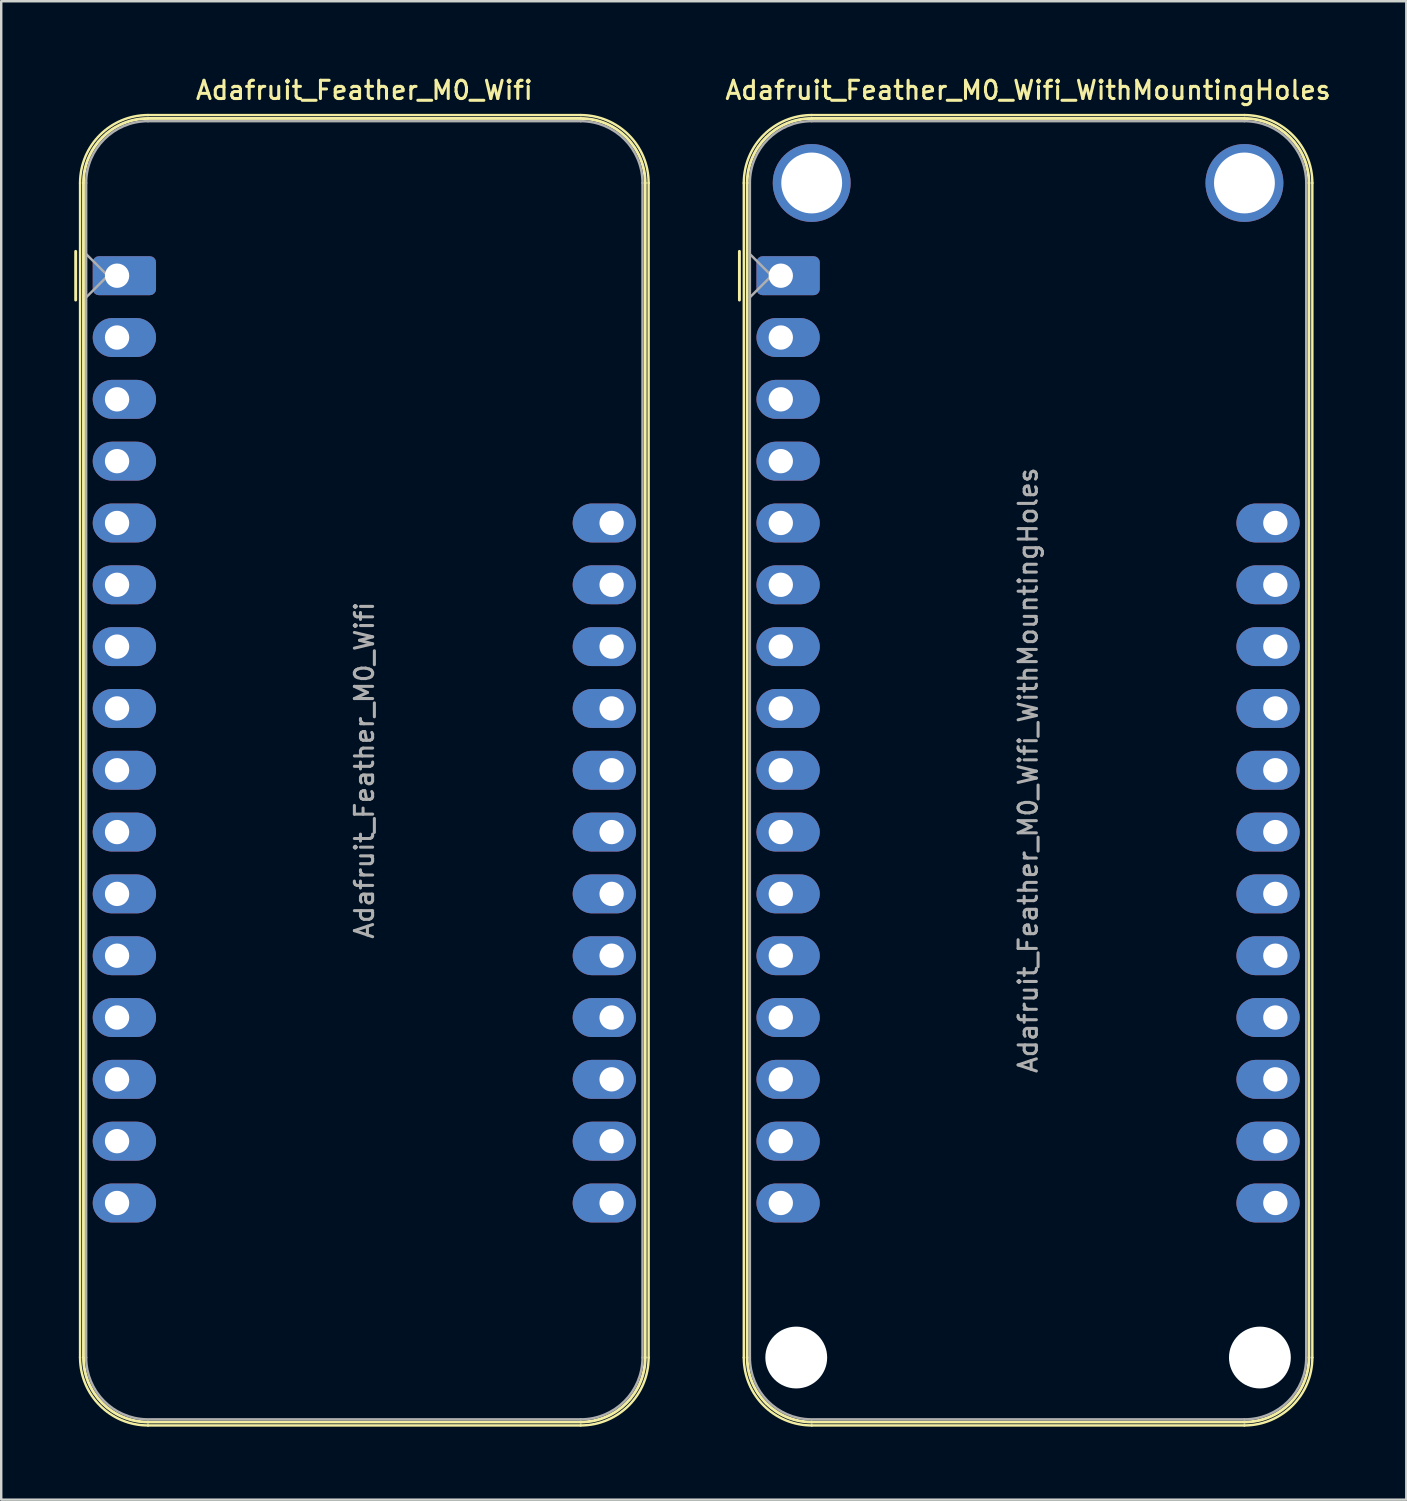
<source format=kicad_pcb>
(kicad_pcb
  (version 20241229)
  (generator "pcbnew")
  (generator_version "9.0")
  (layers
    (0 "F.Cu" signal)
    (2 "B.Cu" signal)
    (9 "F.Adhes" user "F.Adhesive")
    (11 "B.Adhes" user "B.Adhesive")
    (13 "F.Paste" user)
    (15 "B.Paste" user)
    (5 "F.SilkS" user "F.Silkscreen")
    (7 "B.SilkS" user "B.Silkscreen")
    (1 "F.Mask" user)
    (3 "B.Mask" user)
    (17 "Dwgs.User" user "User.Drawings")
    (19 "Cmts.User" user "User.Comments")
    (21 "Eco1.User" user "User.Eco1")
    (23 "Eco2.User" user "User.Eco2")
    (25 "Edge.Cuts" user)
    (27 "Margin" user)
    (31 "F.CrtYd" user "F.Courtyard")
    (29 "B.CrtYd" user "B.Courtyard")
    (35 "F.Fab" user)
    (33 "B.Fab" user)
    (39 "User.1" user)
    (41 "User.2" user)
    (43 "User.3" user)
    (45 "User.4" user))
  (footprint "Adafruit_Feather_M0_Wifi"
    (layer "F.Cu")
    (at 1.76 8.278)
    (property "Reference" "Adafruit_Feather_M0_Wifi" (at 10.16 -7.62 0) (layer "F.SilkS") (effects (font (size 0.75 0.75) (thickness 0.125))))
    (attr through_hole)
    (fp_line (start -1.7 1) (end -1.7 -1) (stroke (width 0.12) (type solid)) (layer "F.SilkS"))
    (fp_line (start -1.52 44.45) (end -1.52 -3.81) (stroke (width 0.1) (type solid)) (layer "F.SilkS"))
    (fp_line (start -1.38 -3.81) (end -1.38 44.45) (stroke (width 0.12) (type solid)) (layer "F.SilkS"))
    (fp_line (start 19.05 -6.6) (end 1.27 -6.6) (stroke (width 0.1) (type solid)) (layer "F.SilkS"))
    (fp_line (start 19.05 -6.46) (end 1.27 -6.46) (stroke (width 0.12) (type solid)) (layer "F.SilkS"))
    (fp_line (start 19.05 47.1) (end 1.27 47.1) (stroke (width 0.12) (type solid)) (layer "F.SilkS"))
    (fp_line (start 19.05 47.24) (end 1.27 47.24) (stroke (width 0.1) (type solid)) (layer "F.SilkS"))
    (fp_line (start 21.7 -3.81) (end 21.7 44.45) (stroke (width 0.12) (type solid)) (layer "F.SilkS"))
    (fp_line (start 21.84 44.45) (end 21.84 -3.81) (stroke (width 0.1) (type solid)) (layer "F.SilkS"))
    (fp_arc (start -1.52 -3.81) (mid -0.702828 -5.782828) (end 1.27 -6.6) (stroke (width 0.1) (type solid)) (layer "F.SilkS"))
    (fp_arc (start -1.38 -3.81) (mid -0.603833 -5.683833) (end 1.27 -6.46) (stroke (width 0.12) (type solid)) (layer "F.SilkS"))
    (fp_arc (start 1.27 47.1) (mid -0.603833 46.323833) (end -1.38 44.45) (stroke (width 0.12) (type solid)) (layer "F.SilkS"))
    (fp_arc (start 1.27 47.24) (mid -0.702828 46.422828) (end -1.52 44.45) (stroke (width 0.1) (type solid)) (layer "F.SilkS"))
    (fp_arc (start 19.05 -6.6) (mid 21.022828 -5.782828) (end 21.84 -3.81) (stroke (width 0.1) (type solid)) (layer "F.SilkS"))
    (fp_arc (start 19.05 -6.46) (mid 20.923833 -5.683833) (end 21.7 -3.81) (stroke (width 0.12) (type solid)) (layer "F.SilkS"))
    (fp_arc (start 21.7 44.45) (mid 20.923833 46.323833) (end 19.05 47.1) (stroke (width 0.12) (type solid)) (layer "F.SilkS"))
    (fp_arc (start 21.84 44.45) (mid 21.022828 46.422828) (end 19.05 47.24) (stroke (width 0.1) (type solid)) (layer "F.SilkS"))
    (fp_line (start -1.27 -3.81) (end -1.27 44.45) (stroke (width 0.1) (type solid)) (layer "F.Fab"))
    (fp_line (start -1.27 -0.889) (end -0.381 0) (stroke (width 0.1) (type solid)) (layer "F.Fab"))
    (fp_line (start -0.381 0) (end -1.27 0.889) (stroke (width 0.1) (type solid)) (layer "F.Fab"))
    (fp_line (start 1.27 46.99) (end 19.05 46.99) (stroke (width 0.1) (type solid)) (layer "F.Fab"))
    (fp_line (start 19.05 -6.35) (end 1.27 -6.35) (stroke (width 0.1) (type solid)) (layer "F.Fab"))
    (fp_line (start 21.59 44.45) (end 21.59 -3.81) (stroke (width 0.1) (type solid)) (layer "F.Fab"))
    (fp_arc (start -1.27 -3.81) (mid -0.526051 -5.606051) (end 1.27 -6.35) (stroke (width 0.1) (type solid)) (layer "F.Fab"))
    (fp_arc (start 1.221238 46.989532) (mid -0.543209 46.228728) (end -1.27 44.45) (stroke (width 0.1) (type solid)) (layer "F.Fab"))
    (fp_arc (start 19.05 -6.35) (mid 20.846051 -5.606051) (end 21.59 -3.81) (stroke (width 0.1) (type solid)) (layer "F.Fab"))
    (fp_arc (start 21.59 44.45) (mid 20.846051 46.246051) (end 19.05 46.99) (stroke (width 0.1) (type solid)) (layer "F.Fab"))
    (fp_text user "${REFERENCE}" (at 10.16 20.32 270) (layer "F.Fab") (effects (font (size 0.75 0.75) (thickness 0.125))))
    (pad "1" thru_hole roundrect (at 0 0) (size 2.6 1.6) (drill 1 (offset 0.3 0)) (layers "*.Cu" "*.Mask") (roundrect_rratio 0.156))
    (pad "2" thru_hole oval (at 0 2.54) (size 2.6 1.6) (drill 1 (offset 0.3 0)) (layers "*.Cu" "*.Mask"))
    (pad "3" thru_hole oval (at 0 5.08) (size 2.6 1.6) (drill 1 (offset 0.3 0)) (layers "*.Cu" "*.Mask"))
    (pad "4" thru_hole oval (at 0 7.62) (size 2.6 1.6) (drill 1 (offset 0.3 0)) (layers "*.Cu" "*.Mask"))
    (pad "5" thru_hole oval (at 0 10.16) (size 2.6 1.6) (drill 1 (offset 0.3 0)) (layers "*.Cu" "*.Mask"))
    (pad "6" thru_hole oval (at 0 12.7) (size 2.6 1.6) (drill 1 (offset 0.3 0)) (layers "*.Cu" "*.Mask"))
    (pad "7" thru_hole oval (at 0 15.24) (size 2.6 1.6) (drill 1 (offset 0.3 0)) (layers "*.Cu" "*.Mask"))
    (pad "8" thru_hole oval (at 0 17.78) (size 2.6 1.6) (drill 1 (offset 0.3 0)) (layers "*.Cu" "*.Mask"))
    (pad "9" thru_hole oval (at 0 20.32) (size 2.6 1.6) (drill 1 (offset 0.3 0)) (layers "*.Cu" "*.Mask"))
    (pad "10" thru_hole oval (at 0 22.86) (size 2.6 1.6) (drill 1 (offset 0.3 0)) (layers "*.Cu" "*.Mask"))
    (pad "11" thru_hole oval (at 0 25.4) (size 2.6 1.6) (drill 1 (offset 0.3 0)) (layers "*.Cu" "*.Mask"))
    (pad "12" thru_hole oval (at 0 27.94) (size 2.6 1.6) (drill 1 (offset 0.3 0)) (layers "*.Cu" "*.Mask"))
    (pad "13" thru_hole oval (at 0 30.48) (size 2.6 1.6) (drill 1 (offset 0.3 0)) (layers "*.Cu" "*.Mask"))
    (pad "14" thru_hole oval (at 0 33.02) (size 2.6 1.6) (drill 1 (offset 0.3 0)) (layers "*.Cu" "*.Mask"))
    (pad "15" thru_hole oval (at 0 35.56) (size 2.6 1.6) (drill 1 (offset 0.3 0)) (layers "*.Cu" "*.Mask"))
    (pad "16" thru_hole oval (at 0 38.1) (size 2.6 1.6) (drill 1 (offset 0.3 0)) (layers "*.Cu" "*.Mask"))
    (pad "17" thru_hole oval (at 20.32 38.1 180) (size 2.6 1.6) (drill 1 (offset 0.3 0)) (layers "*.Cu" "*.Mask"))
    (pad "18" thru_hole oval (at 20.32 35.56 180) (size 2.6 1.6) (drill 1 (offset 0.3 0)) (layers "*.Cu" "*.Mask"))
    (pad "19" thru_hole oval (at 20.32 33.02 180) (size 2.6 1.6) (drill 1 (offset 0.3 0)) (layers "*.Cu" "*.Mask"))
    (pad "20" thru_hole oval (at 20.32 30.48 180) (size 2.6 1.6) (drill 1 (offset 0.3 0)) (layers "*.Cu" "*.Mask"))
    (pad "21" thru_hole oval (at 20.32 27.94 180) (size 2.6 1.6) (drill 1 (offset 0.3 0)) (layers "*.Cu" "*.Mask"))
    (pad "22" thru_hole oval (at 20.32 25.4 180) (size 2.6 1.6) (drill 1 (offset 0.3 0)) (layers "*.Cu" "*.Mask"))
    (pad "23" thru_hole oval (at 20.32 22.86 180) (size 2.6 1.6) (drill 1 (offset 0.3 0)) (layers "*.Cu" "*.Mask"))
    (pad "24" thru_hole oval (at 20.32 20.32 180) (size 2.6 1.6) (drill 1 (offset 0.3 0)) (layers "*.Cu" "*.Mask"))
    (pad "25" thru_hole oval (at 20.32 17.78 180) (size 2.6 1.6) (drill 1 (offset 0.3 0)) (layers "*.Cu" "*.Mask"))
    (pad "26" thru_hole oval (at 20.32 15.24 180) (size 2.6 1.6) (drill 1 (offset 0.3 0)) (layers "*.Cu" "*.Mask"))
    (pad "27" thru_hole oval (at 20.32 12.7 180) (size 2.6 1.6) (drill 1 (offset 0.3 0)) (layers "*.Cu" "*.Mask"))
    (pad "28" thru_hole oval (at 20.32 10.16 180) (size 2.6 1.6) (drill 1 (offset 0.3 0)) (layers "*.Cu" "*.Mask")))
  (footprint "Adafruit_Feather_M0_Wifi_WithMountingHoles"
    (layer "F.Cu")
    (at 29.031 8.278)
    (property "Reference" "Adafruit_Feather_M0_Wifi_WithMountingHoles" (at 10.16 -7.62 0) (layer "F.SilkS") (effects (font (size 0.75 0.75) (thickness 0.125))))
    (attr through_hole)
    (fp_line (start -1.7 1) (end -1.7 -1) (stroke (width 0.12) (type solid)) (layer "F.SilkS"))
    (fp_line (start -1.52 44.45) (end -1.52 -3.81) (stroke (width 0.1) (type solid)) (layer "F.SilkS"))
    (fp_line (start -1.38 -3.81) (end -1.38 44.45) (stroke (width 0.12) (type solid)) (layer "F.SilkS"))
    (fp_line (start 19.05 -6.6) (end 1.27 -6.6) (stroke (width 0.1) (type solid)) (layer "F.SilkS"))
    (fp_line (start 19.05 -6.46) (end 1.27 -6.46) (stroke (width 0.12) (type solid)) (layer "F.SilkS"))
    (fp_line (start 19.05 47.1) (end 1.27 47.1) (stroke (width 0.12) (type solid)) (layer "F.SilkS"))
    (fp_line (start 19.05 47.24) (end 1.27 47.24) (stroke (width 0.1) (type solid)) (layer "F.SilkS"))
    (fp_line (start 21.7 -3.81) (end 21.7 44.45) (stroke (width 0.12) (type solid)) (layer "F.SilkS"))
    (fp_line (start 21.84 44.45) (end 21.84 -3.81) (stroke (width 0.1) (type solid)) (layer "F.SilkS"))
    (fp_arc (start -1.52 -3.81) (mid -0.702828 -5.782828) (end 1.27 -6.6) (stroke (width 0.1) (type solid)) (layer "F.SilkS"))
    (fp_arc (start -1.38 -3.81) (mid -0.603833 -5.683833) (end 1.27 -6.46) (stroke (width 0.12) (type solid)) (layer "F.SilkS"))
    (fp_arc (start 1.27 47.1) (mid -0.603833 46.323833) (end -1.38 44.45) (stroke (width 0.12) (type solid)) (layer "F.SilkS"))
    (fp_arc (start 1.27 47.24) (mid -0.702828 46.422828) (end -1.52 44.45) (stroke (width 0.1) (type solid)) (layer "F.SilkS"))
    (fp_arc (start 19.05 -6.6) (mid 21.022828 -5.782828) (end 21.84 -3.81) (stroke (width 0.1) (type solid)) (layer "F.SilkS"))
    (fp_arc (start 19.05 -6.46) (mid 20.923833 -5.683833) (end 21.7 -3.81) (stroke (width 0.12) (type solid)) (layer "F.SilkS"))
    (fp_arc (start 21.7 44.45) (mid 20.923833 46.323833) (end 19.05 47.1) (stroke (width 0.12) (type solid)) (layer "F.SilkS"))
    (fp_arc (start 21.84 44.45) (mid 21.022828 46.422828) (end 19.05 47.24) (stroke (width 0.1) (type solid)) (layer "F.SilkS"))
    (fp_line (start -1.27 -3.81) (end -1.27 44.45) (stroke (width 0.1) (type solid)) (layer "F.Fab"))
    (fp_line (start -1.27 -0.889) (end -0.381 0) (stroke (width 0.1) (type solid)) (layer "F.Fab"))
    (fp_line (start -0.381 0) (end -1.27 0.889) (stroke (width 0.1) (type solid)) (layer "F.Fab"))
    (fp_line (start 1.27 46.99) (end 19.05 46.99) (stroke (width 0.1) (type solid)) (layer "F.Fab"))
    (fp_line (start 19.05 -6.35) (end 1.27 -6.35) (stroke (width 0.1) (type solid)) (layer "F.Fab"))
    (fp_line (start 21.59 44.45) (end 21.59 -3.81) (stroke (width 0.1) (type solid)) (layer "F.Fab"))
    (fp_arc (start -1.27 -3.81) (mid -0.526051 -5.606051) (end 1.27 -6.35) (stroke (width 0.1) (type solid)) (layer "F.Fab"))
    (fp_arc (start 1.221238 46.989532) (mid -0.543209 46.228728) (end -1.27 44.45) (stroke (width 0.1) (type solid)) (layer "F.Fab"))
    (fp_arc (start 19.05 -6.35) (mid 20.846051 -5.606051) (end 21.59 -3.81) (stroke (width 0.1) (type solid)) (layer "F.Fab"))
    (fp_arc (start 21.59 44.45) (mid 20.846051 46.246051) (end 19.05 46.99) (stroke (width 0.1) (type solid)) (layer "F.Fab"))
    (fp_text user "${REFERENCE}" (at 10.16 20.32 270) (layer "F.Fab") (effects (font (size 0.75 0.75) (thickness 0.125))))
    (pad "" np_thru_hole circle (at 0.635 44.45 270) (size 2.54 2.54) (drill 2.54) (layers "*.Cu" "*.Mask"))
    (pad "" np_thru_hole circle (at 1.27 -3.81 270) (size 3.2 3.2) (drill 2.5) (layers "*.Cu" "*.Mask"))
    (pad "" np_thru_hole circle (at 19.05 -3.81 270) (size 3.2 3.2) (drill 2.5) (layers "*.Cu" "*.Mask"))
    (pad "" np_thru_hole circle (at 19.685 44.45 270) (size 2.54 2.54) (drill 2.54) (layers "*.Cu" "*.Mask"))
    (pad "1" thru_hole roundrect (at 0 0) (size 2.6 1.6) (drill 1 (offset 0.3 0)) (layers "*.Cu" "*.Mask") (roundrect_rratio 0.156))
    (pad "2" thru_hole oval (at 0 2.54) (size 2.6 1.6) (drill 1 (offset 0.3 0)) (layers "*.Cu" "*.Mask"))
    (pad "3" thru_hole oval (at 0 5.08) (size 2.6 1.6) (drill 1 (offset 0.3 0)) (layers "*.Cu" "*.Mask"))
    (pad "4" thru_hole oval (at 0 7.62) (size 2.6 1.6) (drill 1 (offset 0.3 0)) (layers "*.Cu" "*.Mask"))
    (pad "5" thru_hole oval (at 0 10.16) (size 2.6 1.6) (drill 1 (offset 0.3 0)) (layers "*.Cu" "*.Mask"))
    (pad "6" thru_hole oval (at 0 12.7) (size 2.6 1.6) (drill 1 (offset 0.3 0)) (layers "*.Cu" "*.Mask"))
    (pad "7" thru_hole oval (at 0 15.24) (size 2.6 1.6) (drill 1 (offset 0.3 0)) (layers "*.Cu" "*.Mask"))
    (pad "8" thru_hole oval (at 0 17.78) (size 2.6 1.6) (drill 1 (offset 0.3 0)) (layers "*.Cu" "*.Mask"))
    (pad "9" thru_hole oval (at 0 20.32) (size 2.6 1.6) (drill 1 (offset 0.3 0)) (layers "*.Cu" "*.Mask"))
    (pad "10" thru_hole oval (at 0 22.86) (size 2.6 1.6) (drill 1 (offset 0.3 0)) (layers "*.Cu" "*.Mask"))
    (pad "11" thru_hole oval (at 0 25.4) (size 2.6 1.6) (drill 1 (offset 0.3 0)) (layers "*.Cu" "*.Mask"))
    (pad "12" thru_hole oval (at 0 27.94) (size 2.6 1.6) (drill 1 (offset 0.3 0)) (layers "*.Cu" "*.Mask"))
    (pad "13" thru_hole oval (at 0 30.48) (size 2.6 1.6) (drill 1 (offset 0.3 0)) (layers "*.Cu" "*.Mask"))
    (pad "14" thru_hole oval (at 0 33.02) (size 2.6 1.6) (drill 1 (offset 0.3 0)) (layers "*.Cu" "*.Mask"))
    (pad "15" thru_hole oval (at 0 35.56) (size 2.6 1.6) (drill 1 (offset 0.3 0)) (layers "*.Cu" "*.Mask"))
    (pad "16" thru_hole oval (at 0 38.1) (size 2.6 1.6) (drill 1 (offset 0.3 0)) (layers "*.Cu" "*.Mask"))
    (pad "17" thru_hole oval (at 20.32 38.1 180) (size 2.6 1.6) (drill 1 (offset 0.3 0)) (layers "*.Cu" "*.Mask"))
    (pad "18" thru_hole oval (at 20.32 35.56 180) (size 2.6 1.6) (drill 1 (offset 0.3 0)) (layers "*.Cu" "*.Mask"))
    (pad "19" thru_hole oval (at 20.32 33.02 180) (size 2.6 1.6) (drill 1 (offset 0.3 0)) (layers "*.Cu" "*.Mask"))
    (pad "20" thru_hole oval (at 20.32 30.48 180) (size 2.6 1.6) (drill 1 (offset 0.3 0)) (layers "*.Cu" "*.Mask"))
    (pad "21" thru_hole oval (at 20.32 27.94 180) (size 2.6 1.6) (drill 1 (offset 0.3 0)) (layers "*.Cu" "*.Mask"))
    (pad "22" thru_hole oval (at 20.32 25.4 180) (size 2.6 1.6) (drill 1 (offset 0.3 0)) (layers "*.Cu" "*.Mask"))
    (pad "23" thru_hole oval (at 20.32 22.86 180) (size 2.6 1.6) (drill 1 (offset 0.3 0)) (layers "*.Cu" "*.Mask"))
    (pad "24" thru_hole oval (at 20.32 20.32 180) (size 2.6 1.6) (drill 1 (offset 0.3 0)) (layers "*.Cu" "*.Mask"))
    (pad "25" thru_hole oval (at 20.32 17.78 180) (size 2.6 1.6) (drill 1 (offset 0.3 0)) (layers "*.Cu" "*.Mask"))
    (pad "26" thru_hole oval (at 20.32 15.24 180) (size 2.6 1.6) (drill 1 (offset 0.3 0)) (layers "*.Cu" "*.Mask"))
    (pad "27" thru_hole oval (at 20.32 12.7 180) (size 2.6 1.6) (drill 1 (offset 0.3 0)) (layers "*.Cu" "*.Mask"))
    (pad "28" thru_hole oval (at 20.32 10.16 180) (size 2.6 1.6) (drill 1 (offset 0.3 0)) (layers "*.Cu" "*.Mask")))
  (gr_rect
    (start -3 -3)
    (end 54.732 58.568)
    (stroke (width 0.1) (type default))
    (fill no)
    (layer "Edge.Cuts")))
</source>
